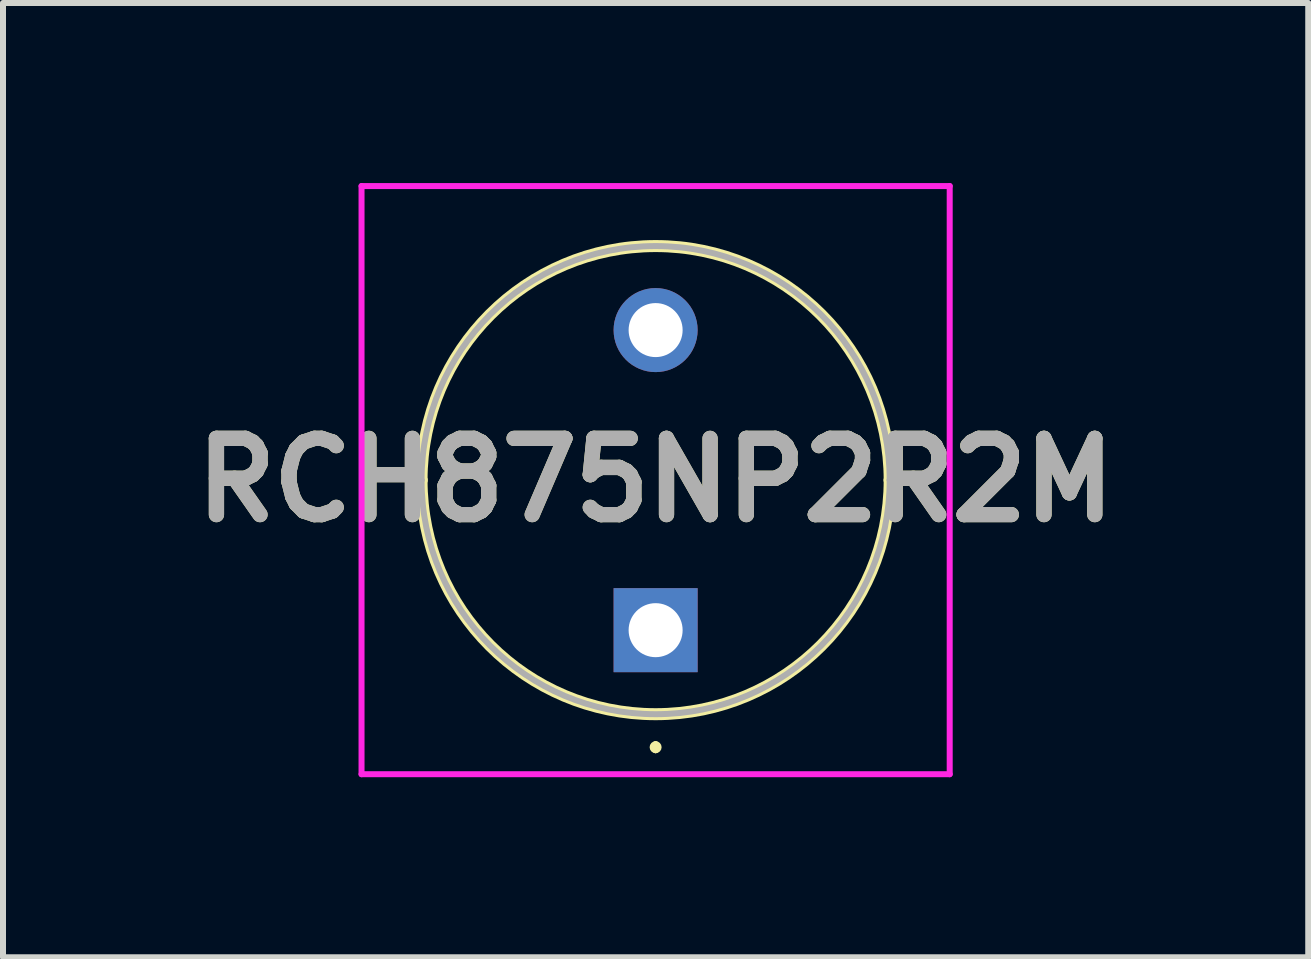
<source format=kicad_pcb>
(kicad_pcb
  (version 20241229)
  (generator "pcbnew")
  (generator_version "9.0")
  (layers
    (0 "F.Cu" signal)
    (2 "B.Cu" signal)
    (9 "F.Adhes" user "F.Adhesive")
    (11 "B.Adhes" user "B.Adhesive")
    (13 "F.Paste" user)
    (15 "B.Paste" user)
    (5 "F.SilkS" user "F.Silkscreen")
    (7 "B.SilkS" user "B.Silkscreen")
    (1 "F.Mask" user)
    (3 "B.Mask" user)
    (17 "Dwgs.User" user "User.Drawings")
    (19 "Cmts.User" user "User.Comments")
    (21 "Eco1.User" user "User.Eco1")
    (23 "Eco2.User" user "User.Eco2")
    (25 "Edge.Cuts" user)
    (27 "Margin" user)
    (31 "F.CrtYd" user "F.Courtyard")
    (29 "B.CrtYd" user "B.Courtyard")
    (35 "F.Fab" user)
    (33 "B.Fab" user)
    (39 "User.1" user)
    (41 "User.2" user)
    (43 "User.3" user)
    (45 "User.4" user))
  (footprint "RCH875NP2R2M"
    (layer "F.Cu")
    (at 7.874 7.45)
    (property "Reference" "RCH875NP2R2M" (at 0 -2.5 0) (layer "F.SilkS") (effects (font (size 1.27 1.27) (thickness 0.254))))
    (attr through_hole)
    (fp_line (start -3.9 -2.5) (end -3.9 -2.5) (stroke (width 0.2) (type solid)) (layer "F.SilkS"))
    (fp_line (start 0 1.9) (end 0 1.9) (stroke (width 0.1) (type solid)) (layer "F.SilkS"))
    (fp_line (start 0 2) (end 0 2) (stroke (width 0.1) (type solid)) (layer "F.SilkS"))
    (fp_line (start 3.9 -2.5) (end 3.9 -2.5) (stroke (width 0.2) (type solid)) (layer "F.SilkS"))
    (fp_arc (start -3.9 -2.5) (mid 0 -6.4) (end 3.9 -2.5) (stroke (width 0.2) (type solid)) (layer "F.SilkS"))
    (fp_arc (start 0 1.9) (mid 0.05 1.95) (end 0 2) (stroke (width 0.1) (type solid)) (layer "F.SilkS"))
    (fp_arc (start 0 2) (mid -0.05 1.95) (end 0 1.9) (stroke (width 0.1) (type solid)) (layer "F.SilkS"))
    (fp_arc (start 3.9 -2.5) (mid 0 1.4) (end -3.9 -2.5) (stroke (width 0.2) (type solid)) (layer "F.SilkS"))
    (fp_line (start -4.9 -7.4) (end 4.9 -7.4) (stroke (width 0.1) (type solid)) (layer "F.CrtYd"))
    (fp_line (start -4.9 2.4) (end -4.9 -7.4) (stroke (width 0.1) (type solid)) (layer "F.CrtYd"))
    (fp_line (start 4.9 -7.4) (end 4.9 2.4) (stroke (width 0.1) (type solid)) (layer "F.CrtYd"))
    (fp_line (start 4.9 2.4) (end -4.9 2.4) (stroke (width 0.1) (type solid)) (layer "F.CrtYd"))
    (fp_line (start -3.9 -2.5) (end -3.9 -2.5) (stroke (width 0.1) (type solid)) (layer "F.Fab"))
    (fp_line (start 3.9 -2.5) (end 3.9 -2.5) (stroke (width 0.1) (type solid)) (layer "F.Fab"))
    (fp_arc (start -3.9 -2.5) (mid 0 -6.4) (end 3.9 -2.5) (stroke (width 0.1) (type solid)) (layer "F.Fab"))
    (fp_arc (start 3.9 -2.5) (mid 0 1.4) (end -3.9 -2.5) (stroke (width 0.1) (type solid)) (layer "F.Fab"))
    (fp_text user "${REFERENCE}" (at 0 -2.5 0) (layer "F.Fab") (effects (font (size 1.27 1.27) (thickness 0.254))))
    (pad "1" thru_hole rect (at 0 0) (size 1.4 1.4) (drill 0.9) (layers "*.Cu" "*.Mask"))
    (pad "2" thru_hole circle (at 0 -5) (size 1.4 1.4) (drill 0.9) (layers "*.Cu" "*.Mask")))
  (gr_rect
    (start -3 -3)
    (end 18.748 12.9)
    (stroke (width 0.1) (type default))
    (fill no)
    (layer "Edge.Cuts")))
</source>
